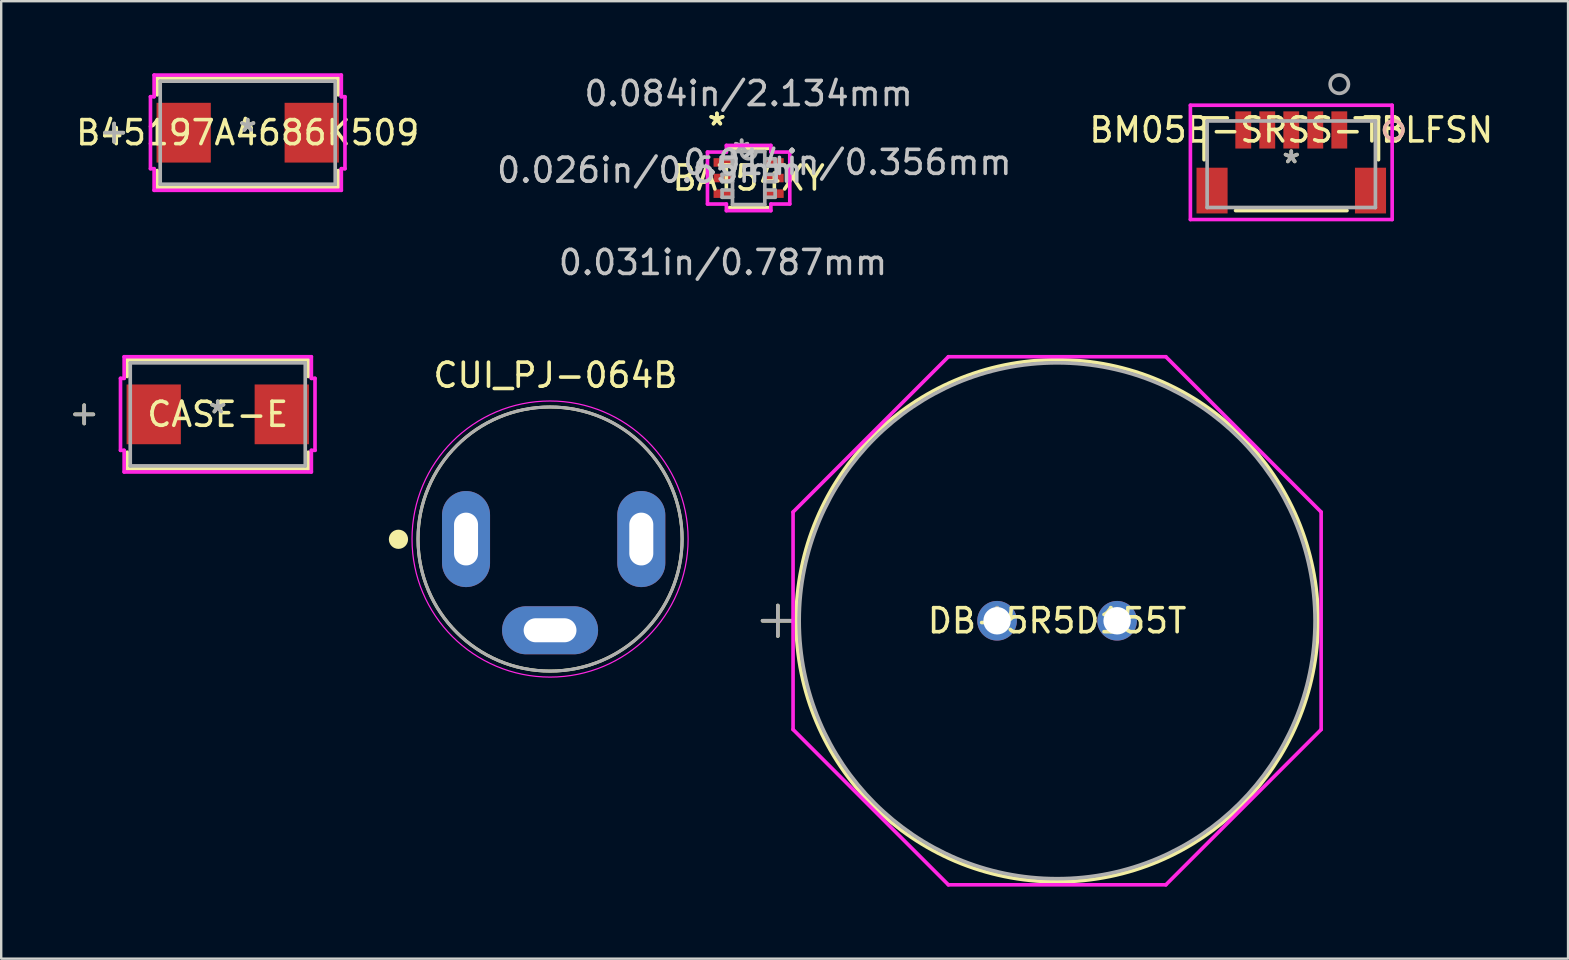
<source format=kicad_pcb>
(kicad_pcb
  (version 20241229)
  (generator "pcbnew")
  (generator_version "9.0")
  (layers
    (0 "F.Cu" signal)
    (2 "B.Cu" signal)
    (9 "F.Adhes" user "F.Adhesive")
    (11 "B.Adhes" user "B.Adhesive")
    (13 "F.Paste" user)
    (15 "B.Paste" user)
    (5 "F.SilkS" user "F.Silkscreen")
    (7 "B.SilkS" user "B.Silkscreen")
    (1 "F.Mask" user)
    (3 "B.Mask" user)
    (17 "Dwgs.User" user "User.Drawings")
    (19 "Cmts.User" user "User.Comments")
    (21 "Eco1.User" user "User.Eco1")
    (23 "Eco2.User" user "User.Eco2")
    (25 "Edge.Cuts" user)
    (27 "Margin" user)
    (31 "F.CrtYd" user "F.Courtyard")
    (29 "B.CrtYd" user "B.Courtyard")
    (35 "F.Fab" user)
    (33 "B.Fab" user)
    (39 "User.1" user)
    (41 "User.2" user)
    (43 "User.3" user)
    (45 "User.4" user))
  (footprint "DB-5R5D155T"
    (layer "F.Cu")
    (at 38.482 22.807)
    (property "Reference" "DB-5R5D155T" (at 2.5 0 0) (layer "F.SilkS") (effects (font (size 1 1) (thickness 0.15))))
    (attr through_hole)
    (fp_line (start -9.768 0) (end -8.498 0) (stroke (width 0.152) (type solid)) (layer "F.SilkS"))
    (fp_line (start -9.133 -0.635) (end -9.133 0.635) (stroke (width 0.152) (type solid)) (layer "F.SilkS"))
    (fp_circle (center 2.5 0) (end 13.371 0) (stroke (width 0.152) (type solid)) (fill no) (layer "F.SilkS"))
    (fp_line (start -8.498 -4.529) (end -2.029 -10.998) (stroke (width 0.152) (type solid)) (layer "F.CrtYd"))
    (fp_line (start -8.498 4.529) (end -8.498 -4.529) (stroke (width 0.152) (type solid)) (layer "F.CrtYd"))
    (fp_line (start -2.029 -10.998) (end 7.029 -10.998) (stroke (width 0.152) (type solid)) (layer "F.CrtYd"))
    (fp_line (start -2.029 10.998) (end -8.498 4.529) (stroke (width 0.152) (type solid)) (layer "F.CrtYd"))
    (fp_line (start 7.029 -10.998) (end 13.498 -4.529) (stroke (width 0.152) (type solid)) (layer "F.CrtYd"))
    (fp_line (start 7.029 10.998) (end -2.029 10.998) (stroke (width 0.152) (type solid)) (layer "F.CrtYd"))
    (fp_line (start 13.498 -4.529) (end 13.498 4.529) (stroke (width 0.152) (type solid)) (layer "F.CrtYd"))
    (fp_line (start 13.498 4.529) (end 7.029 10.998) (stroke (width 0.152) (type solid)) (layer "F.CrtYd"))
    (fp_line (start -9.768 0) (end -8.498 0) (stroke (width 0.152) (type solid)) (layer "F.Fab"))
    (fp_line (start -9.133 -0.635) (end -9.133 0.635) (stroke (width 0.152) (type solid)) (layer "F.Fab"))
    (fp_circle (center 2.5 0) (end 13.244 0) (stroke (width 0.152) (type solid)) (fill no) (layer "F.Fab"))
    (fp_text user "*" (at 0 0 0) (layer "F.SilkS") (effects (font (size 1 1) (thickness 0.15))))
    (fp_text user "Copyright 2016 Accelerated Designs. All rights reserved." (at 0 0 0) (layer "Cmts.User") (effects (font (size 0.127 0.127) (thickness 0.002))))
    (fp_text user "*" (at 0 0 0) (layer "F.Fab") (effects (font (size 1 1) (thickness 0.15))))
    (pad "1" thru_hole circle (at 0 0) (size 1.651 1.651) (drill 1.143) (layers "*.Cu" "*.Mask"))
    (pad "2" thru_hole circle (at 5 0) (size 1.651 1.651) (drill 1.143) (layers "*.Cu" "*.Mask")))
  (footprint "BM05B-SRSS-TBLFSN"
    (layer "F.Cu")
    (at 50.736 3.791)
    (property "Reference" "BM05B-SRSS-TBLFSN" (at 0 -1.428 0) (layer "F.SilkS") (effects (font (size 1 1) (thickness 0.15))))
    (attr through_hole)
    (fp_line (start -3.632 -1.93) (end -3.632 -0.189) (stroke (width 0.152) (type solid)) (layer "F.SilkS"))
    (fp_line (start -2.663 -1.93) (end -3.632 -1.93) (stroke (width 0.152) (type solid)) (layer "F.SilkS"))
    (fp_line (start -2.32 1.93) (end 2.32 1.93) (stroke (width 0.152) (type solid)) (layer "F.SilkS"))
    (fp_line (start 3.632 -1.93) (end 2.663 -1.93) (stroke (width 0.152) (type solid)) (layer "F.SilkS"))
    (fp_line (start 3.632 -0.189) (end 3.632 -1.93) (stroke (width 0.152) (type solid)) (layer "F.SilkS"))
    (fp_circle (center 4.267 -1.428) (end 4.648 -1.428) (stroke (width 0.152) (type solid)) (fill no) (layer "F.SilkS"))
    (fp_circle (center 4.267 -1.428) (end 4.648 -1.428) (stroke (width 0.152) (type solid)) (fill no) (layer "B.SilkS"))
    (fp_line (start -4.202 -2.457) (end -4.202 2.303) (stroke (width 0.152) (type solid)) (layer "F.CrtYd"))
    (fp_line (start -4.202 2.303) (end 4.202 2.303) (stroke (width 0.152) (type solid)) (layer "F.CrtYd"))
    (fp_line (start 4.202 -2.457) (end -4.202 -2.457) (stroke (width 0.152) (type solid)) (layer "F.CrtYd"))
    (fp_line (start 4.202 2.303) (end 4.202 -2.457) (stroke (width 0.152) (type solid)) (layer "F.CrtYd"))
    (fp_line (start -3.505 -1.803) (end -3.505 1.803) (stroke (width 0.152) (type solid)) (layer "F.Fab"))
    (fp_line (start -3.505 1.803) (end 3.505 1.803) (stroke (width 0.152) (type solid)) (layer "F.Fab"))
    (fp_line (start 3.505 -1.803) (end -3.505 -1.803) (stroke (width 0.152) (type solid)) (layer "F.Fab"))
    (fp_line (start 3.505 1.803) (end 3.505 -1.803) (stroke (width 0.152) (type solid)) (layer "F.Fab"))
    (fp_circle (center 2 -3.333) (end 2.381 -3.333) (stroke (width 0.152) (type solid)) (fill no) (layer "F.Fab"))
    (fp_text user "*" (at 0 0 0) (layer "F.SilkS") (effects (font (size 1 1) (thickness 0.15))))
    (fp_text user "Copyright 2016 Accelerated Designs. All rights reserved." (at 0 0 0) (layer "Cmts.User") (effects (font (size 0.127 0.127) (thickness 0.002))))
    (fp_text user "*" (at 0 0 0) (layer "F.Fab") (effects (font (size 1 1) (thickness 0.15))))
    (pad "1" smd rect (at 2 -1.428) (size 0.66 1.549) (layers "F.Cu" "F.Mask" "F.Paste"))
    (pad "2" smd rect (at 1 -1.428) (size 0.66 1.549) (layers "F.Cu" "F.Mask" "F.Paste"))
    (pad "3" smd rect (at 0 -1.428) (size 0.66 1.549) (layers "F.Cu" "F.Mask" "F.Paste"))
    (pad "4" smd rect (at -1 -1.428) (size 0.66 1.549) (layers "F.Cu" "F.Mask" "F.Paste"))
    (pad "5" smd rect (at -2 -1.428) (size 0.66 1.549) (layers "F.Cu" "F.Mask" "F.Paste"))
    (pad "6" smd rect (at -3.3 1.097) (size 1.295 1.905) (layers "F.Cu" "F.Mask" "F.Paste"))
    (pad "7" smd rect (at 3.3 1.097) (size 1.295 1.905) (layers "F.Cu" "F.Mask" "F.Paste")))
  (footprint "B45197A4686K509"
    (layer "F.Cu")
    (at 7.268 2.477)
    (property "Reference" "B45197A4686K509" (at 0 0 0) (layer "F.SilkS") (effects (font (size 1 1) (thickness 0.15))))
    (attr through_hole)
    (fp_line (start -5.563 -0.381) (end -5.563 0.381) (stroke (width 0.152) (type solid)) (layer "F.SilkS"))
    (fp_line (start -5.182 0) (end -5.944 0) (stroke (width 0.152) (type solid)) (layer "F.SilkS"))
    (fp_line (start -3.772 -2.273) (end -3.772 -1.577) (stroke (width 0.152) (type solid)) (layer "F.SilkS"))
    (fp_line (start -3.772 1.577) (end -3.772 2.273) (stroke (width 0.152) (type solid)) (layer "F.SilkS"))
    (fp_line (start -3.772 2.273) (end 3.772 2.273) (stroke (width 0.152) (type solid)) (layer "F.SilkS"))
    (fp_line (start 3.772 -2.273) (end -3.772 -2.273) (stroke (width 0.152) (type solid)) (layer "F.SilkS"))
    (fp_line (start 3.772 -1.577) (end 3.772 -2.273) (stroke (width 0.152) (type solid)) (layer "F.SilkS"))
    (fp_line (start 3.772 2.273) (end 3.772 1.577) (stroke (width 0.152) (type solid)) (layer "F.SilkS"))
    (fp_line (start -4.051 -1.499) (end -3.899 -1.499) (stroke (width 0.152) (type solid)) (layer "F.CrtYd"))
    (fp_line (start -4.051 1.499) (end -4.051 -1.499) (stroke (width 0.152) (type solid)) (layer "F.CrtYd"))
    (fp_line (start -3.899 -2.4) (end 3.899 -2.4) (stroke (width 0.152) (type solid)) (layer "F.CrtYd"))
    (fp_line (start -3.899 -1.499) (end -3.899 -2.4) (stroke (width 0.152) (type solid)) (layer "F.CrtYd"))
    (fp_line (start -3.899 1.499) (end -4.051 1.499) (stroke (width 0.152) (type solid)) (layer "F.CrtYd"))
    (fp_line (start -3.899 2.4) (end -3.899 1.499) (stroke (width 0.152) (type solid)) (layer "F.CrtYd"))
    (fp_line (start 3.899 -2.4) (end 3.899 -1.499) (stroke (width 0.152) (type solid)) (layer "F.CrtYd"))
    (fp_line (start 3.899 -1.499) (end 4.051 -1.499) (stroke (width 0.152) (type solid)) (layer "F.CrtYd"))
    (fp_line (start 3.899 1.499) (end 3.899 2.4) (stroke (width 0.152) (type solid)) (layer "F.CrtYd"))
    (fp_line (start 3.899 2.4) (end -3.899 2.4) (stroke (width 0.152) (type solid)) (layer "F.CrtYd"))
    (fp_line (start 4.051 -1.499) (end 4.051 1.499) (stroke (width 0.152) (type solid)) (layer "F.CrtYd"))
    (fp_line (start 4.051 1.499) (end 3.899 1.499) (stroke (width 0.152) (type solid)) (layer "F.CrtYd"))
    (fp_line (start -5.563 -0.381) (end -5.563 0.381) (stroke (width 0.152) (type solid)) (layer "F.Fab"))
    (fp_line (start -5.182 0) (end -5.944 0) (stroke (width 0.152) (type solid)) (layer "F.Fab"))
    (fp_line (start -3.645 -2.146) (end -3.645 2.146) (stroke (width 0.152) (type solid)) (layer "F.Fab"))
    (fp_line (start -3.645 2.146) (end 3.645 2.146) (stroke (width 0.152) (type solid)) (layer "F.Fab"))
    (fp_line (start 3.645 -2.146) (end -3.645 -2.146) (stroke (width 0.152) (type solid)) (layer "F.Fab"))
    (fp_line (start 3.645 2.146) (end 3.645 -2.146) (stroke (width 0.152) (type solid)) (layer "F.Fab"))
    (fp_text user "*" (at 0 0 0) (layer "F.SilkS") (effects (font (size 1 1) (thickness 0.15))))
    (fp_text user "Copyright 2016 Accelerated Designs. All rights reserved." (at 0 0 0) (layer "Cmts.User") (effects (font (size 0.127 0.127) (thickness 0.002))))
    (fp_text user "*" (at 0 0 0) (layer "F.Fab") (effects (font (size 1 1) (thickness 0.15))))
    (pad "1" smd rect (at -2.667 0 90) (size 2.489 2.261) (layers "F.Cu" "F.Mask" "F.Paste"))
    (pad "2" smd rect (at 2.667 0 90) (size 2.489 2.261) (layers "F.Cu" "F.Mask" "F.Paste")))
  (footprint "BAT54XY"
    (layer "F.Cu")
    (at 28.133 4.366)
    (property "Reference" "BAT54XY" (at 0 0 0) (layer "F.SilkS") (effects (font (size 1 1) (thickness 0.15))))
    (attr through_hole)
    (fp_line (start -0.8 1.232) (end 0.8 1.232) (stroke (width 0.152) (type solid)) (layer "F.SilkS"))
    (fp_line (start 0.8 -1.232) (end -0.8 -1.232) (stroke (width 0.152) (type solid)) (layer "F.SilkS"))
    (fp_line (start -1.714 -1.082) (end -0.927 -1.082) (stroke (width 0.152) (type solid)) (layer "F.CrtYd"))
    (fp_line (start -1.714 1.082) (end -1.714 -1.082) (stroke (width 0.152) (type solid)) (layer "F.CrtYd"))
    (fp_line (start -0.927 -1.359) (end 0.927 -1.359) (stroke (width 0.152) (type solid)) (layer "F.CrtYd"))
    (fp_line (start -0.927 -1.082) (end -0.927 -1.359) (stroke (width 0.152) (type solid)) (layer "F.CrtYd"))
    (fp_line (start -0.927 1.082) (end -1.714 1.082) (stroke (width 0.152) (type solid)) (layer "F.CrtYd"))
    (fp_line (start -0.927 1.359) (end -0.927 1.082) (stroke (width 0.152) (type solid)) (layer "F.CrtYd"))
    (fp_line (start 0.927 -1.359) (end 0.927 -1.082) (stroke (width 0.152) (type solid)) (layer "F.CrtYd"))
    (fp_line (start 0.927 -1.082) (end 1.714 -1.082) (stroke (width 0.152) (type solid)) (layer "F.CrtYd"))
    (fp_line (start 0.927 1.082) (end 0.927 1.359) (stroke (width 0.152) (type solid)) (layer "F.CrtYd"))
    (fp_line (start 0.927 1.359) (end -0.927 1.359) (stroke (width 0.152) (type solid)) (layer "F.CrtYd"))
    (fp_line (start 1.714 -1.082) (end 1.714 1.082) (stroke (width 0.152) (type solid)) (layer "F.CrtYd"))
    (fp_line (start 1.714 1.082) (end 0.927 1.082) (stroke (width 0.152) (type solid)) (layer "F.CrtYd"))
    (fp_line (start -1.105 -0.802) (end -1.105 -0.498) (stroke (width 0.152) (type solid)) (layer "F.Fab"))
    (fp_line (start -1.105 -0.498) (end -0.673 -0.498) (stroke (width 0.152) (type solid)) (layer "F.Fab"))
    (fp_line (start -1.105 -0.152) (end -1.105 0.152) (stroke (width 0.152) (type solid)) (layer "F.Fab"))
    (fp_line (start -1.105 0.152) (end -0.673 0.152) (stroke (width 0.152) (type solid)) (layer "F.Fab"))
    (fp_line (start -1.105 0.498) (end -1.105 0.802) (stroke (width 0.152) (type solid)) (layer "F.Fab"))
    (fp_line (start -1.105 0.802) (end -0.673 0.802) (stroke (width 0.152) (type solid)) (layer "F.Fab"))
    (fp_line (start -0.673 -1.105) (end -0.673 1.105) (stroke (width 0.152) (type solid)) (layer "F.Fab"))
    (fp_line (start -0.673 -0.802) (end -1.105 -0.802) (stroke (width 0.152) (type solid)) (layer "F.Fab"))
    (fp_line (start -0.673 -0.498) (end -0.673 -0.802) (stroke (width 0.152) (type solid)) (layer "F.Fab"))
    (fp_line (start -0.673 -0.152) (end -1.105 -0.152) (stroke (width 0.152) (type solid)) (layer "F.Fab"))
    (fp_line (start -0.673 0.152) (end -0.673 -0.152) (stroke (width 0.152) (type solid)) (layer "F.Fab"))
    (fp_line (start -0.673 0.498) (end -1.105 0.498) (stroke (width 0.152) (type solid)) (layer "F.Fab"))
    (fp_line (start -0.673 0.802) (end -0.673 0.498) (stroke (width 0.152) (type solid)) (layer "F.Fab"))
    (fp_line (start -0.673 1.105) (end 0.673 1.105) (stroke (width 0.152) (type solid)) (layer "F.Fab"))
    (fp_line (start 0.673 -1.105) (end -0.673 -1.105) (stroke (width 0.152) (type solid)) (layer "F.Fab"))
    (fp_line (start 0.673 -0.802) (end 0.673 -0.498) (stroke (width 0.152) (type solid)) (layer "F.Fab"))
    (fp_line (start 0.673 -0.498) (end 1.105 -0.498) (stroke (width 0.152) (type solid)) (layer "F.Fab"))
    (fp_line (start 0.673 -0.152) (end 0.673 0.152) (stroke (width 0.152) (type solid)) (layer "F.Fab"))
    (fp_line (start 0.673 0.152) (end 1.105 0.152) (stroke (width 0.152) (type solid)) (layer "F.Fab"))
    (fp_line (start 0.673 0.498) (end 0.673 0.802) (stroke (width 0.152) (type solid)) (layer "F.Fab"))
    (fp_line (start 0.673 0.802) (end 1.105 0.802) (stroke (width 0.152) (type solid)) (layer "F.Fab"))
    (fp_line (start 0.673 1.105) (end 0.673 -1.105) (stroke (width 0.152) (type solid)) (layer "F.Fab"))
    (fp_line (start 1.105 -0.802) (end 0.673 -0.802) (stroke (width 0.152) (type solid)) (layer "F.Fab"))
    (fp_line (start 1.105 -0.498) (end 1.105 -0.802) (stroke (width 0.152) (type solid)) (layer "F.Fab"))
    (fp_line (start 1.105 -0.152) (end 0.673 -0.152) (stroke (width 0.152) (type solid)) (layer "F.Fab"))
    (fp_line (start 1.105 0.152) (end 1.105 -0.152) (stroke (width 0.152) (type solid)) (layer "F.Fab"))
    (fp_line (start 1.105 0.498) (end 0.673 0.498) (stroke (width 0.152) (type solid)) (layer "F.Fab"))
    (fp_line (start 1.105 0.802) (end 1.105 0.498) (stroke (width 0.152) (type solid)) (layer "F.Fab"))
    (fp_arc (start 0.3048 -1.1049) (mid 0 -0.8001) (end -0.3048 -1.1049) (stroke (width 0.1524) (type solid)) (layer "F.Fab"))
    (fp_text user "*" (at -1.321 -2.149 0) (layer "F.SilkS") (effects (font (size 1 1) (thickness 0.15))))
    (fp_text user "*" (at -1.321 -2.149 0) (layer "F.SilkS") (effects (font (size 1 1) (thickness 0.15))))
    (fp_text user "0.014in/0.356mm" (at 4.115 -0.65 0) (layer "Dwgs.User") (effects (font (size 1 1) (thickness 0.15))))
    (fp_text user "0.026in/0.65mm" (at -4.115 -0.325 0) (layer "Dwgs.User") (effects (font (size 1 1) (thickness 0.15))))
    (fp_text user "0.031in/0.787mm" (at -1.067 3.518 0) (layer "Dwgs.User") (effects (font (size 1 1) (thickness 0.15))))
    (fp_text user "0.084in/2.134mm" (at 0 -3.518 0) (layer "Dwgs.User") (effects (font (size 1 1) (thickness 0.15))))
    (fp_text user "Copyright 2016 Accelerated Designs. All rights reserved." (at 0 0 0) (layer "Cmts.User") (effects (font (size 0.127 0.127) (thickness 0.002))))
    (fp_text user "*" (at -0.292 -1.029 0) (layer "F.Fab") (effects (font (size 1 1) (thickness 0.15))))
    (fp_text user "*" (at -0.292 -1.029 0) (layer "F.Fab") (effects (font (size 1 1) (thickness 0.15))))
    (pad "1" smd rect (at -1.067 -0.65) (size 0.787 0.356) (layers "F.Cu" "F.Mask" "F.Paste"))
    (pad "2" smd rect (at -1.067 0) (size 0.787 0.356) (layers "F.Cu" "F.Mask" "F.Paste"))
    (pad "3" smd rect (at -1.067 0.65) (size 0.787 0.356) (layers "F.Cu" "F.Mask" "F.Paste"))
    (pad "4" smd rect (at 1.067 0.65) (size 0.787 0.356) (layers "F.Cu" "F.Mask" "F.Paste"))
    (pad "5" smd rect (at 1.067 0) (size 0.787 0.356) (layers "F.Cu" "F.Mask" "F.Paste"))
    (pad "6" smd rect (at 1.067 -0.65) (size 0.787 0.356) (layers "F.Cu" "F.Mask" "F.Paste")))
  (footprint "CUI_PJ-064B"
    (layer "F.Cu")
    (at 16.362 19.403)
    (property "Reference" "CUI_PJ-064B" (at 3.724 -6.822 0) (layer "F.SilkS") (effects (font (size 1.001 1.001) (thickness 0.15))))
    (attr through_hole)
    (fp_circle (center -2.815 0.01) (end -2.615 0.01) (stroke (width 0.4) (type solid)) (fill no) (layer "F.SilkS"))
    (fp_circle (center 3.5 0) (end 9 0) (stroke (width 0.127) (type solid)) (fill no) (layer "F.SilkS"))
    (fp_circle (center 3.5 0) (end 9.25 0) (stroke (width 0.05) (type solid)) (fill no) (layer "F.CrtYd"))
    (fp_circle (center 3.5 0) (end 9 0) (stroke (width 0.127) (type solid)) (fill no) (layer "F.Fab"))
    (pad "1" thru_hole oval (at 0 0) (size 2 4) (drill oval 1 2.2) (layers "*.Cu" "*.Mask"))
    (pad "2" thru_hole oval (at 3.5 3.8) (size 4 2) (drill oval 2.2 1) (layers "*.Cu" "*.Mask"))
    (pad "3" thru_hole oval (at 7.3 0) (size 2 4) (drill oval 1 2.2) (layers "*.Cu" "*.Mask")))
  (footprint "CASE-E"
    (layer "F.Cu")
    (at 6.02 14.209)
    (property "Reference" "CASE-E" (at 0 0 0) (layer "F.SilkS") (effects (font (size 1 1) (thickness 0.15))))
    (attr through_hole)
    (fp_line (start -5.563 -0.381) (end -5.563 0.381) (stroke (width 0.152) (type solid)) (layer "F.SilkS"))
    (fp_line (start -5.182 0) (end -5.944 0) (stroke (width 0.152) (type solid)) (layer "F.SilkS"))
    (fp_line (start -3.772 -2.273) (end -3.772 -1.577) (stroke (width 0.152) (type solid)) (layer "F.SilkS"))
    (fp_line (start -3.772 1.577) (end -3.772 2.273) (stroke (width 0.152) (type solid)) (layer "F.SilkS"))
    (fp_line (start -3.772 2.273) (end 3.772 2.273) (stroke (width 0.152) (type solid)) (layer "F.SilkS"))
    (fp_line (start 3.772 -2.273) (end -3.772 -2.273) (stroke (width 0.152) (type solid)) (layer "F.SilkS"))
    (fp_line (start 3.772 -1.577) (end 3.772 -2.273) (stroke (width 0.152) (type solid)) (layer "F.SilkS"))
    (fp_line (start 3.772 2.273) (end 3.772 1.577) (stroke (width 0.152) (type solid)) (layer "F.SilkS"))
    (fp_line (start -4.051 -1.499) (end -3.899 -1.499) (stroke (width 0.152) (type solid)) (layer "F.CrtYd"))
    (fp_line (start -4.051 1.499) (end -4.051 -1.499) (stroke (width 0.152) (type solid)) (layer "F.CrtYd"))
    (fp_line (start -3.899 -2.4) (end 3.899 -2.4) (stroke (width 0.152) (type solid)) (layer "F.CrtYd"))
    (fp_line (start -3.899 -1.499) (end -3.899 -2.4) (stroke (width 0.152) (type solid)) (layer "F.CrtYd"))
    (fp_line (start -3.899 1.499) (end -4.051 1.499) (stroke (width 0.152) (type solid)) (layer "F.CrtYd"))
    (fp_line (start -3.899 2.4) (end -3.899 1.499) (stroke (width 0.152) (type solid)) (layer "F.CrtYd"))
    (fp_line (start 3.899 -2.4) (end 3.899 -1.499) (stroke (width 0.152) (type solid)) (layer "F.CrtYd"))
    (fp_line (start 3.899 -1.499) (end 4.051 -1.499) (stroke (width 0.152) (type solid)) (layer "F.CrtYd"))
    (fp_line (start 3.899 1.499) (end 3.899 2.4) (stroke (width 0.152) (type solid)) (layer "F.CrtYd"))
    (fp_line (start 3.899 2.4) (end -3.899 2.4) (stroke (width 0.152) (type solid)) (layer "F.CrtYd"))
    (fp_line (start 4.051 -1.499) (end 4.051 1.499) (stroke (width 0.152) (type solid)) (layer "F.CrtYd"))
    (fp_line (start 4.051 1.499) (end 3.899 1.499) (stroke (width 0.152) (type solid)) (layer "F.CrtYd"))
    (fp_line (start -5.563 -0.381) (end -5.563 0.381) (stroke (width 0.152) (type solid)) (layer "F.Fab"))
    (fp_line (start -5.182 0) (end -5.944 0) (stroke (width 0.152) (type solid)) (layer "F.Fab"))
    (fp_line (start -3.645 -2.146) (end -3.645 2.146) (stroke (width 0.152) (type solid)) (layer "F.Fab"))
    (fp_line (start -3.645 2.146) (end 3.645 2.146) (stroke (width 0.152) (type solid)) (layer "F.Fab"))
    (fp_line (start 3.645 -2.146) (end -3.645 -2.146) (stroke (width 0.152) (type solid)) (layer "F.Fab"))
    (fp_line (start 3.645 2.146) (end 3.645 -2.146) (stroke (width 0.152) (type solid)) (layer "F.Fab"))
    (fp_text user "*" (at 0 0 0) (layer "F.SilkS") (effects (font (size 1 1) (thickness 0.15))))
    (fp_text user "Copyright 2016 Accelerated Designs. All rights reserved." (at 0 0 0) (layer "Cmts.User") (effects (font (size 0.127 0.127) (thickness 0.002))))
    (fp_text user "*" (at 0 0 0) (layer "F.Fab") (effects (font (size 1 1) (thickness 0.15))))
    (pad "1" smd rect (at -2.667 0 90) (size 2.489 2.261) (layers "F.Cu" "F.Mask" "F.Paste"))
    (pad "2" smd rect (at 2.667 0 90) (size 2.489 2.261) (layers "F.Cu" "F.Mask" "F.Paste")))
  (gr_rect
    (start -3 -3)
    (end 62.265 36.881)
    (stroke (width 0.1) (type default))
    (fill no)
    (layer "Edge.Cuts")))
</source>
